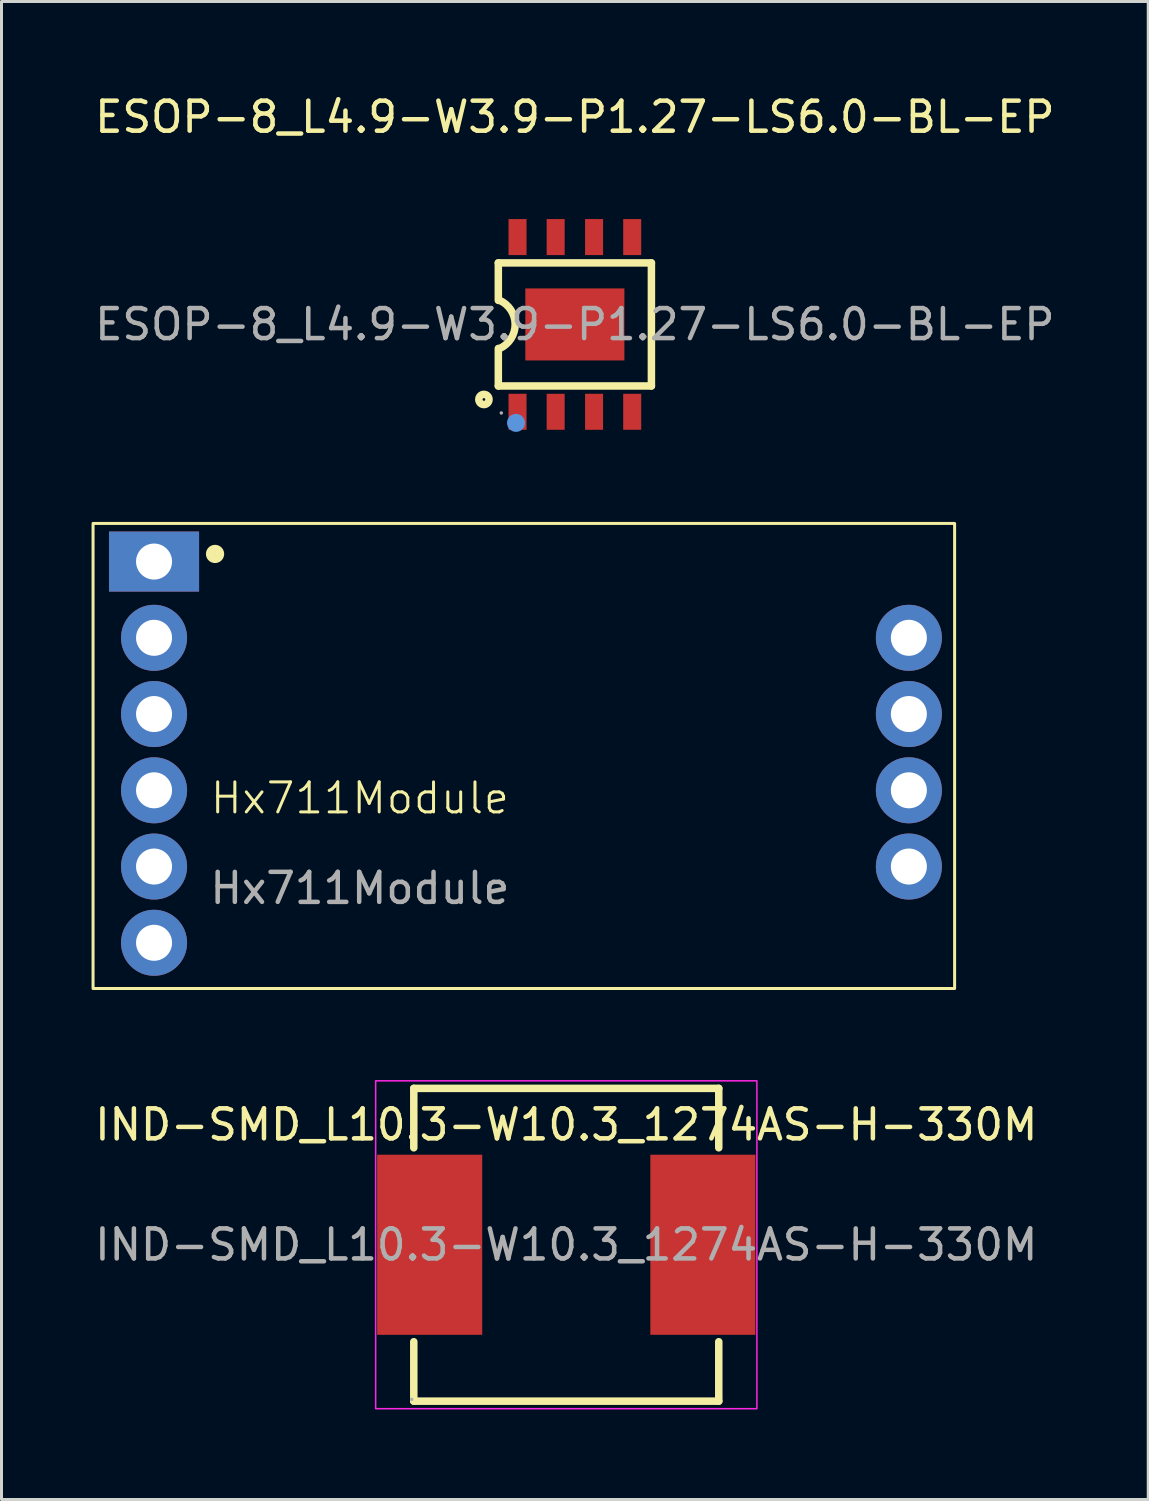
<source format=kicad_pcb>
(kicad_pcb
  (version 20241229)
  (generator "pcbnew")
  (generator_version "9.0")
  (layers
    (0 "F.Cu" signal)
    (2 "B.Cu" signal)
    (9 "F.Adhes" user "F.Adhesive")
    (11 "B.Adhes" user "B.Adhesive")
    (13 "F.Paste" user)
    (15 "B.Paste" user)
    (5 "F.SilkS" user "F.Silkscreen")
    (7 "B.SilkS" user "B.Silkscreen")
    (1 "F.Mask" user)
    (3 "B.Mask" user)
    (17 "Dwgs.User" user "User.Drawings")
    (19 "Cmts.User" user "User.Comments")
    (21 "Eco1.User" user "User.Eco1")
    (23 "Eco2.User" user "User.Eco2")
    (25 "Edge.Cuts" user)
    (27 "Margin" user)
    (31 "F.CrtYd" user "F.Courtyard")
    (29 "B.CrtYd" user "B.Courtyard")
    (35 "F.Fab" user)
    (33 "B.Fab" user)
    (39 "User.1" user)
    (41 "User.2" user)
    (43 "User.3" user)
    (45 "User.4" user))
  (footprint "IND-SMD_L10.3-W10.3_1274AS-H-330M"
    (layer "F.Cu")
    (at 15.815 38.418)
    (property "Reference" "IND-SMD_L10.3-W10.3_1274AS-H-330M" (at 0 -4 0) (layer "F.SilkS") (effects (font (size 1 1) (thickness 0.15))))
    (attr smd)
    (fp_line (start -5.08 -5.21) (end 5.08 -5.21) (stroke (width 0.25) (type solid)) (layer "F.SilkS"))
    (fp_line (start -5.08 -3.23) (end -5.08 -5.21) (stroke (width 0.25) (type solid)) (layer "F.SilkS"))
    (fp_line (start -5.08 5.21) (end -5.08 3.23) (stroke (width 0.25) (type solid)) (layer "F.SilkS"))
    (fp_line (start 5.08 -5.21) (end 5.08 -3.23) (stroke (width 0.25) (type solid)) (layer "F.SilkS"))
    (fp_line (start 5.08 3.23) (end 5.08 5.21) (stroke (width 0.25) (type solid)) (layer "F.SilkS"))
    (fp_line (start 5.08 5.21) (end -5.08 5.21) (stroke (width 0.25) (type solid)) (layer "F.SilkS"))
    (fp_rect (start -6.35 -5.461) (end 6.35 5.461) (stroke (width 0.05) (type default)) (fill no) (layer "F.CrtYd"))
    (fp_circle (center -5.15 5.15) (end -5.12 5.15) (stroke (width 0.06) (type solid)) (fill no) (layer "F.Fab"))
    (fp_text user "${REFERENCE}" (at 0 0 0) (layer "F.Fab") (effects (font (size 1 1) (thickness 0.15))))
    (pad "1" smd rect (at -4.55 0 90) (size 6 3.5) (layers "F.Cu" "F.Mask" "F.Paste"))
    (pad "2" smd rect (at 4.55 0 90) (size 6 3.5) (layers "F.Cu" "F.Mask" "F.Paste")))
  (footprint "Hx711Module"
    (layer "F.Cu")
    (at 8.94 24.04)
    (property "Reference" "Hx711Module" (at 0 -0.5 0) (unlocked yes) (layer "F.SilkS") (effects (font (size 1 1) (thickness 0.1))))
    (attr board_only exclude_from_pos_files exclude_from_bom)
    (fp_rect (start -8.89 -9.652) (end 19.812 5.842) (stroke (width 0.1) (type default)) (fill no) (layer "F.SilkS"))
    (fp_circle (center -4.826 -8.636) (end -4.826 -8.89) (stroke (width 0.1) (type solid)) (fill yes) (layer "F.SilkS"))
    (fp_text user "${REFERENCE}" (at 0 2.5 0) (unlocked yes) (layer "F.Fab") (effects (font (size 1 1) (thickness 0.15))))
    (pad "1" thru_hole rect (at -6.858 -8.382) (size 3 2) (drill 1.2) (layers "*.Cu" "*.Mask"))
    (pad "2" thru_hole circle (at -6.858 -5.842) (size 2.2 2.2) (drill 1.2) (layers "*.Cu" "*.Mask"))
    (pad "3" thru_hole circle (at -6.858 -3.302) (size 2.2 2.2) (drill 1.2) (layers "*.Cu" "*.Mask"))
    (pad "4" thru_hole circle (at -6.858 -0.762) (size 2.2 2.2) (drill 1.2) (layers "*.Cu" "*.Mask"))
    (pad "5" thru_hole circle (at -6.858 1.778) (size 2.2 2.2) (drill 1.2) (layers "*.Cu" "*.Mask"))
    (pad "6" thru_hole circle (at -6.858 4.318) (size 2.2 2.2) (drill 1.2) (layers "*.Cu" "*.Mask"))
    (pad "7" thru_hole circle (at 18.288 1.778) (size 2.2 2.2) (drill 1.2) (layers "*.Cu" "*.Mask"))
    (pad "8" thru_hole circle (at 18.288 -0.762) (size 2.2 2.2) (drill 1.2) (layers "*.Cu" "*.Mask"))
    (pad "9" thru_hole circle (at 18.288 -3.302) (size 2.2 2.2) (drill 1.2) (layers "*.Cu" "*.Mask"))
    (pad "10" thru_hole circle (at 18.288 -5.842) (size 2.2 2.2) (drill 1.2) (layers "*.Cu" "*.Mask")))
  (footprint "ESOP-8_L4.9-W3.9-P1.27-LS6.0-BL-EP"
    (layer "F.Cu")
    (at 16.101 7.758)
    (property "Reference" "ESOP-8_L4.9-W3.9-P1.27-LS6.0-BL-EP" (at 0 -6.91 0) (layer "F.SilkS") (effects (font (size 1 1) (thickness 0.15))))
    (attr smd)
    (fp_line (start -2.55 -2.05) (end 2.55 -2.05) (stroke (width 0.25) (type solid)) (layer "F.SilkS"))
    (fp_line (start -2.55 -0.8) (end -2.55 -2.05) (stroke (width 0.25) (type solid)) (layer "F.SilkS"))
    (fp_line (start -2.55 0.8) (end -2.55 2.05) (stroke (width 0.25) (type solid)) (layer "F.SilkS"))
    (fp_line (start 2.55 -2.05) (end 2.55 2.05) (stroke (width 0.25) (type solid)) (layer "F.SilkS"))
    (fp_line (start 2.55 2.05) (end -2.55 2.05) (stroke (width 0.25) (type solid)) (layer "F.SilkS"))
    (fp_arc (start -2.505609 -0.80257) (mid -1.988586 -0.003085) (end -2.5 0.8) (stroke (width 0.25) (type solid)) (layer "F.SilkS"))
    (fp_circle (center -3.03 2.5) (end -2.86 2.5) (stroke (width 0.25) (type solid)) (fill no) (layer "F.SilkS"))
    (fp_circle (center -1.96 3.28) (end -1.81 3.28) (stroke (width 0.3) (type solid)) (fill no) (layer "Cmts.User"))
    (fp_circle (center -2.45 2.95) (end -2.42 2.95) (stroke (width 0.06) (type solid)) (fill no) (layer "F.Fab"))
    (fp_text user "${REFERENCE}" (at 0 0 0) (layer "F.Fab") (effects (font (size 1 1) (thickness 0.15))))
    (pad "1" smd rect (at -1.91 2.91) (size 0.6 1.2) (layers "F.Cu" "F.Mask" "F.Paste"))
    (pad "2" smd rect (at -0.64 2.91) (size 0.6 1.2) (layers "F.Cu" "F.Mask" "F.Paste"))
    (pad "3" smd rect (at 0.64 2.91) (size 0.6 1.2) (layers "F.Cu" "F.Mask" "F.Paste"))
    (pad "4" smd rect (at 1.91 2.91) (size 0.6 1.2) (layers "F.Cu" "F.Mask" "F.Paste"))
    (pad "5" smd rect (at 1.91 -2.91) (size 0.6 1.2) (layers "F.Cu" "F.Mask" "F.Paste"))
    (pad "6" smd rect (at 0.64 -2.91) (size 0.6 1.2) (layers "F.Cu" "F.Mask" "F.Paste"))
    (pad "7" smd rect (at -0.64 -2.91) (size 0.6 1.2) (layers "F.Cu" "F.Mask" "F.Paste"))
    (pad "8" smd rect (at -1.91 -2.91) (size 0.6 1.2) (layers "F.Cu" "F.Mask" "F.Paste"))
    (pad "9" smd rect (at 0 0 180) (size 3.3 2.4) (layers "F.Cu" "F.Mask" "F.Paste")))
  (gr_rect
    (start -3 -3)
    (end 35.202 46.904)
    (stroke (width 0.1) (type default))
    (fill no)
    (layer "Edge.Cuts")))
</source>
